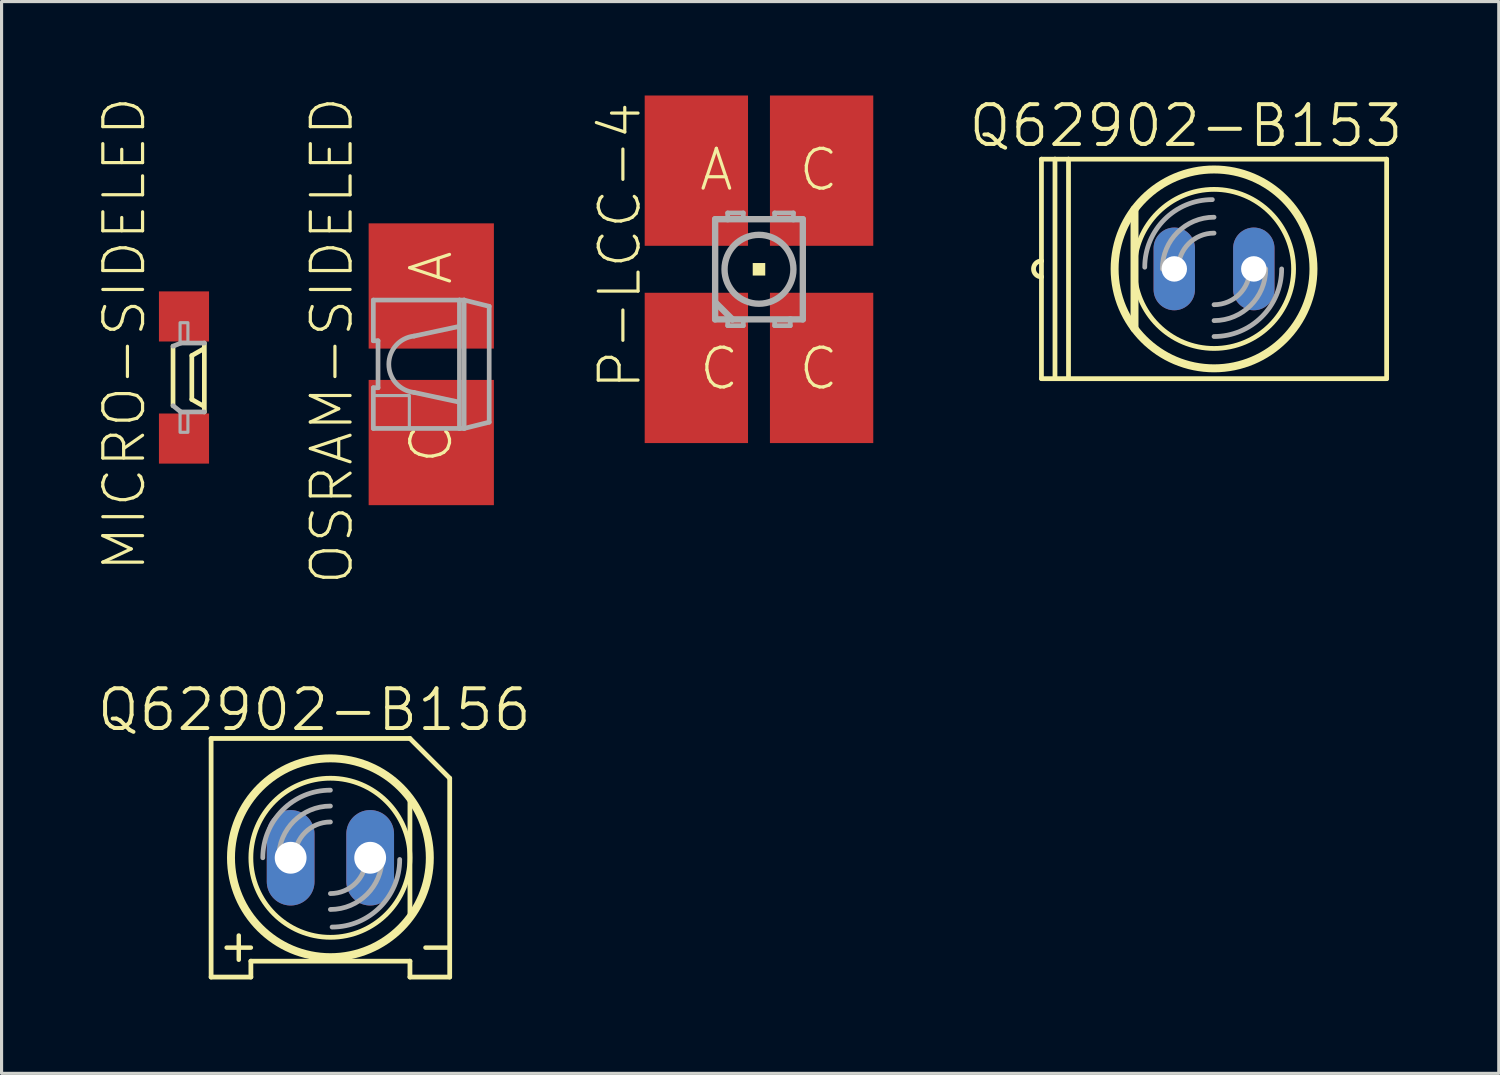
<source format=kicad_pcb>
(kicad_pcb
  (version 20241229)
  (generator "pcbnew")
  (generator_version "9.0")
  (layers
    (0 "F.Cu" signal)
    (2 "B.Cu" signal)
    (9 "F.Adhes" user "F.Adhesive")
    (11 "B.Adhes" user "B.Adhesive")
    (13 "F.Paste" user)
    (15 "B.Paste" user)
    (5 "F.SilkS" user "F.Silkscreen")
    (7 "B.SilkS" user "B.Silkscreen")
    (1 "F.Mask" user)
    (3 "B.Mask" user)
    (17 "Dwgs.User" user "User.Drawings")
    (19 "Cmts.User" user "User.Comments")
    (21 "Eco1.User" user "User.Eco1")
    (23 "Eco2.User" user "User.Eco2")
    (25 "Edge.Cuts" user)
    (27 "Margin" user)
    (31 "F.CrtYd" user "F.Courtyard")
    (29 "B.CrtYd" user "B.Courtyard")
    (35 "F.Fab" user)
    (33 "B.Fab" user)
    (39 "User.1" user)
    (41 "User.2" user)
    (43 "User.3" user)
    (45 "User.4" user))
  (footprint "OSRAM-SIDELED"
    (layer "F.Cu")
    (at 10.723 8.583)
    (property "Reference" "OSRAM-SIDELED" (at -3.175 -0.756 90) (layer "F.SilkS") (effects (font (size 1.27 1.27) (thickness 0.102))))
    (attr through_hole)
    (fp_poly (pts (xy -2.1 -2.2) (xy 2.1 -2.2) (xy 2.1 -0.4) (xy -2.1 -0.4)) (stroke (width 0) (type solid)) (fill yes) (layer "F.Mask"))
    (fp_poly (pts (xy -2.1 0.4) (xy 2.1 0.4) (xy 2.1 2.2) (xy -2.1 2.2)) (stroke (width 0) (type solid)) (fill yes) (layer "F.Mask"))
    (fp_poly (pts (xy -1.9 -2.1) (xy 1.9 -2.1) (xy 1.9 -0.6) (xy -1.9 -0.6)) (stroke (width 0) (type solid)) (fill yes) (layer "F.Paste"))
    (fp_poly (pts (xy -1.9 0.6) (xy 1.9 0.6) (xy 1.9 2.1) (xy -1.9 2.1)) (stroke (width 0) (type solid)) (fill yes) (layer "F.Paste"))
    (fp_line (start -1.85 -2.05) (end 0.9 -2.05) (stroke (width 0.15) (type solid)) (layer "F.Fab"))
    (fp_line (start -1.85 -0.75) (end -1.85 -2.05) (stroke (width 0.15) (type solid)) (layer "F.Fab"))
    (fp_line (start -1.85 0.75) (end -1.7 0.75) (stroke (width 0.15) (type solid)) (layer "F.Fab"))
    (fp_line (start -1.85 2.05) (end -1.85 0.75) (stroke (width 0.15) (type solid)) (layer "F.Fab"))
    (fp_line (start -1.7 -0.75) (end -1.85 -0.75) (stroke (width 0.15) (type solid)) (layer "F.Fab"))
    (fp_line (start -1.7 0.75) (end -1.7 -0.75) (stroke (width 0.15) (type solid)) (layer "F.Fab"))
    (fp_line (start -0.55 -0.9) (end 0.85 -1.2) (stroke (width 0.15) (type solid)) (layer "F.Fab"))
    (fp_line (start -0.55 0.9) (end 0.85 1.2) (stroke (width 0.15) (type solid)) (layer "F.Fab"))
    (fp_line (start 0.9 -2.05) (end 0.9 2.05) (stroke (width 0.15) (type solid)) (layer "F.Fab"))
    (fp_line (start 0.9 2.05) (end -1.85 2.05) (stroke (width 0.15) (type solid)) (layer "F.Fab"))
    (fp_line (start 0.9 2.05) (end 1.05 2.05) (stroke (width 0.15) (type solid)) (layer "F.Fab"))
    (fp_line (start 1.05 -2.05) (end 0.9 -2.05) (stroke (width 0.15) (type solid)) (layer "F.Fab"))
    (fp_line (start 1.05 -2.05) (end 1.05 2.05) (stroke (width 0.15) (type solid)) (layer "F.Fab"))
    (fp_line (start 1.05 2.05) (end 1.85 1.85) (stroke (width 0.15) (type solid)) (layer "F.Fab"))
    (fp_line (start 1.85 -1.85) (end 1.05 -2.05) (stroke (width 0.15) (type solid)) (layer "F.Fab"))
    (fp_line (start 1.85 1.85) (end 1.85 -1.85) (stroke (width 0.15) (type solid)) (layer "F.Fab"))
    (fp_arc (start -0.55 0.9) (mid -1.355539 0) (end -0.55 -0.9) (stroke (width 0.15) (type solid)) (layer "F.Fab"))
    (fp_poly (pts (xy -1.85 1) (xy -0.7 1) (xy -0.7 2.05) (xy -1.85 2.05)) (stroke (width 0.1) (type solid)) (fill no) (layer "F.Fab"))
    (fp_text user "A" (at 0 -3.084 90) (layer "F.SilkS") (effects (font (size 1.27 1.27) (thickness 0.102))))
    (fp_text user "C" (at 0 2.54 90) (layer "F.SilkS") (effects (font (size 1.27 1.27) (thickness 0.102))))
    (pad "A" smd rect (at 0 -2.5) (size 4 4) (layers "F.Cu"))
    (pad "C" smd rect (at 0 2.5) (size 4 4) (layers "F.Cu")))
  (footprint "MICRO-SIDELED"
    (layer "F.Cu")
    (at 2.826 9.006)
    (property "Reference" "MICRO-SIDELED" (at -1.905 -1.391 90) (layer "F.SilkS") (effects (font (size 1.27 1.27) (thickness 0.102))))
    (attr through_hole)
    (fp_poly (pts (xy -0.4 -1.8) (xy 0.4 -1.8) (xy 0.4 -1.1) (xy -0.4 -1.1)) (stroke (width 0) (type solid)) (fill yes) (layer "F.Mask"))
    (fp_poly (pts (xy -0.4 1.1) (xy 0.4 1.1) (xy 0.4 1.8) (xy -0.4 1.8)) (stroke (width 0) (type solid)) (fill yes) (layer "F.Mask"))
    (fp_line (start -0.35 -1) (end -0.35 0.9) (stroke (width 0.15) (type solid)) (layer "F.SilkS"))
    (fp_line (start 0.25 -0.7) (end 0.25 0.7) (stroke (width 0.15) (type solid)) (layer "F.SilkS"))
    (fp_line (start 0.25 0.7) (end 0.6 0.9) (stroke (width 0.15) (type solid)) (layer "F.SilkS"))
    (fp_line (start 0.6 -0.9) (end 0.25 -0.7) (stroke (width 0.15) (type solid)) (layer "F.SilkS"))
    (fp_line (start 0.65 1.1) (end 0.65 -1.1) (stroke (width 0.15) (type solid)) (layer "F.SilkS"))
    (fp_poly (pts (xy -0.35 -1.75) (xy 0.35 -1.75) (xy 0.35 -1.15) (xy -0.35 -1.15)) (stroke (width 0) (type solid)) (fill yes) (layer "F.Paste"))
    (fp_poly (pts (xy -0.35 1.15) (xy 0.35 1.15) (xy 0.35 1.75) (xy -0.35 1.75)) (stroke (width 0) (type solid)) (fill yes) (layer "F.Paste"))
    (fp_line (start -0.35 0.9) (end -0.1 1.1) (stroke (width 0.15) (type solid)) (layer "F.Fab"))
    (fp_line (start -0.1 -1.1) (end -0.35 -1) (stroke (width 0.15) (type solid)) (layer "F.Fab"))
    (fp_line (start -0.1 1.1) (end 0.65 1.1) (stroke (width 0.15) (type solid)) (layer "F.Fab"))
    (fp_line (start 0.65 -1.1) (end -0.1 -1.1) (stroke (width 0.15) (type solid)) (layer "F.Fab"))
    (fp_poly (pts (xy -0.125 -1.75) (xy 0.125 -1.75) (xy 0.125 -1.125) (xy -0.125 -1.125)) (stroke (width 0.1) (type solid)) (fill no) (layer "F.Fab"))
    (fp_poly (pts (xy -0.125 1.125) (xy 0.125 1.125) (xy 0.125 1.75) (xy -0.125 1.75)) (stroke (width 0.1) (type solid)) (fill no) (layer "F.Fab"))
    (pad "A" smd rect (at 0 -1.95) (size 1.6 1.6) (layers "F.Cu"))
    (pad "C" smd rect (at 0 1.95) (size 1.6 1.6) (layers "F.Cu")))
  (footprint "P-LCC-4"
    (layer "F.Cu")
    (at 21.189 5.55)
    (property "Reference" "P-LCC-4" (at -4.445 -0.756 90) (layer "F.SilkS") (effects (font (size 1.27 1.27) (thickness 0.102))))
    (attr through_hole)
    (fp_poly (pts (xy -1.15 -1.85) (xy -0.35 -1.85) (xy -0.35 -0.75) (xy -1.15 -0.75)) (stroke (width 0) (type solid)) (fill yes) (layer "F.Mask"))
    (fp_poly (pts (xy -1.15 0.75) (xy -0.35 0.75) (xy -0.35 1.85) (xy -1.15 1.85)) (stroke (width 0) (type solid)) (fill yes) (layer "F.Mask"))
    (fp_poly (pts (xy 0.35 -1.85) (xy 1.15 -1.85) (xy 1.15 -0.75) (xy 0.35 -0.75)) (stroke (width 0) (type solid)) (fill yes) (layer "F.Mask"))
    (fp_poly (pts (xy 0.35 0.75) (xy 1.15 0.75) (xy 1.15 1.85) (xy 0.35 1.85)) (stroke (width 0) (type solid)) (fill yes) (layer "F.Mask"))
    (fp_poly (pts (xy -0.2 -0.2) (xy 0.2 -0.2) (xy 0.2 0.2) (xy -0.2 0.2)) (stroke (width 0) (type solid)) (fill yes) (layer "F.SilkS"))
    (fp_poly (pts (xy -1.1 -1.8) (xy -0.4 -1.8) (xy -0.4 -0.8) (xy -1.1 -0.8)) (stroke (width 0) (type solid)) (fill yes) (layer "F.Paste"))
    (fp_poly (pts (xy -1.1 0.8) (xy -0.4 0.8) (xy -0.4 1.8) (xy -1.1 1.8)) (stroke (width 0) (type solid)) (fill yes) (layer "F.Paste"))
    (fp_poly (pts (xy 0.4 -1.8) (xy 1.1 -1.8) (xy 1.1 -0.8) (xy 0.4 -0.8)) (stroke (width 0) (type solid)) (fill yes) (layer "F.Paste"))
    (fp_poly (pts (xy 0.4 0.8) (xy 1.1 0.8) (xy 1.1 1.8) (xy 0.4 1.8)) (stroke (width 0) (type solid)) (fill yes) (layer "F.Paste"))
    (fp_line (start -1.4 -1.6) (end -1.4 1.05) (stroke (width 0.203) (type solid)) (layer "F.Fab"))
    (fp_line (start -1.4 1.05) (end -1.4 1.6) (stroke (width 0.203) (type solid)) (layer "F.Fab"))
    (fp_line (start -1.4 1.6) (end -1 1.6) (stroke (width 0.203) (type solid)) (layer "F.Fab"))
    (fp_line (start -1 -1.8) (end -0.5 -1.8) (stroke (width 0.15) (type solid)) (layer "F.Fab"))
    (fp_line (start -1 -1.6) (end -1.4 -1.6) (stroke (width 0.203) (type solid)) (layer "F.Fab"))
    (fp_line (start -1 -1.6) (end -1 -1.8) (stroke (width 0.15) (type solid)) (layer "F.Fab"))
    (fp_line (start -1 1.6) (end -1 1.8) (stroke (width 0.15) (type solid)) (layer "F.Fab"))
    (fp_line (start -1 1.6) (end -0.85 1.6) (stroke (width 0.203) (type solid)) (layer "F.Fab"))
    (fp_line (start -1 1.8) (end -0.5 1.8) (stroke (width 0.15) (type solid)) (layer "F.Fab"))
    (fp_line (start -0.85 1.6) (end -1.4 1.05) (stroke (width 0.203) (type solid)) (layer "F.Fab"))
    (fp_line (start -0.85 1.6) (end 1 1.6) (stroke (width 0.203) (type solid)) (layer "F.Fab"))
    (fp_line (start -0.5 -1.8) (end -0.5 -1.65) (stroke (width 0.15) (type solid)) (layer "F.Fab"))
    (fp_line (start -0.5 1.8) (end -0.5 1.65) (stroke (width 0.15) (type solid)) (layer "F.Fab"))
    (fp_line (start 0.5 -1.8) (end 1.1 -1.8) (stroke (width 0.15) (type solid)) (layer "F.Fab"))
    (fp_line (start 0.5 -1.65) (end 0.5 -1.8) (stroke (width 0.15) (type solid)) (layer "F.Fab"))
    (fp_line (start 0.5 1.65) (end 0.5 1.8) (stroke (width 0.15) (type solid)) (layer "F.Fab"))
    (fp_line (start 0.5 1.8) (end 1 1.8) (stroke (width 0.15) (type solid)) (layer "F.Fab"))
    (fp_line (start 1 1.6) (end 1.4 1.6) (stroke (width 0.203) (type solid)) (layer "F.Fab"))
    (fp_line (start 1 1.8) (end 1 1.6) (stroke (width 0.15) (type solid)) (layer "F.Fab"))
    (fp_line (start 1.1 -1.8) (end 1.1 -1.6) (stroke (width 0.15) (type solid)) (layer "F.Fab"))
    (fp_line (start 1.1 -1.6) (end -1 -1.6) (stroke (width 0.203) (type solid)) (layer "F.Fab"))
    (fp_line (start 1.4 -1.6) (end 1.1 -1.6) (stroke (width 0.203) (type solid)) (layer "F.Fab"))
    (fp_line (start 1.4 1.6) (end 1.4 -1.6) (stroke (width 0.203) (type solid)) (layer "F.Fab"))
    (fp_circle (center 0 0) (end 1.1 0) (stroke (width 0.203) (type solid)) (fill no) (layer "F.Fab"))
    (fp_text user "C" (at 1.905 3.175 0) (layer "F.SilkS") (effects (font (size 1.27 1.27) (thickness 0.102))))
    (fp_text user "C" (at -1.27 3.175 0) (layer "F.SilkS") (effects (font (size 1.27 1.27) (thickness 0.102))))
    (fp_text user "C" (at 1.905 -3.175 0) (layer "F.SilkS") (effects (font (size 1.27 1.27) (thickness 0.102))))
    (fp_text user "A" (at -1.361 -3.175 0) (layer "F.SilkS") (effects (font (size 1.27 1.27) (thickness 0.102))))
    (pad "A" smd rect (at -2 -3.15) (size 3.3 4.8) (layers "F.Cu"))
    (pad "C@1" smd rect (at -2 3.15) (size 3.3 4.8) (layers "F.Cu"))
    (pad "C@3" smd rect (at 2 -3.15) (size 3.3 4.8) (layers "F.Cu"))
    (pad "C@4" smd rect (at 2 3.15) (size 3.3 4.8) (layers "F.Cu")))
  (footprint "Q62902-B153"
    (layer "F.Cu")
    (at 35.722 5.538)
    (property "Reference" "Q62902-B153" (at -0.895 -4.572 0) (layer "F.SilkS") (effects (font (size 1.27 1.27) (thickness 0.127))))
    (attr through_hole)
    (fp_line (start -5.512 -0.254) (end -5.512 -3.505) (stroke (width 0.152) (type solid)) (layer "F.SilkS"))
    (fp_line (start -5.512 0.254) (end -5.512 -0.254) (stroke (width 0.152) (type solid)) (layer "F.SilkS"))
    (fp_line (start -5.512 3.505) (end -5.512 0.254) (stroke (width 0.152) (type solid)) (layer "F.SilkS"))
    (fp_line (start -5.08 -3.505) (end -5.512 -3.505) (stroke (width 0.152) (type solid)) (layer "F.SilkS"))
    (fp_line (start -5.08 -3.505) (end -4.648 -3.505) (stroke (width 0.152) (type solid)) (layer "F.SilkS"))
    (fp_line (start -5.08 3.505) (end -5.512 3.505) (stroke (width 0.152) (type solid)) (layer "F.SilkS"))
    (fp_line (start -5.08 3.505) (end -5.08 -3.505) (stroke (width 0.152) (type solid)) (layer "F.SilkS"))
    (fp_line (start -4.648 -3.505) (end -4.648 3.505) (stroke (width 0.152) (type solid)) (layer "F.SilkS"))
    (fp_line (start -4.648 -3.505) (end 5.512 -3.505) (stroke (width 0.152) (type solid)) (layer "F.SilkS"))
    (fp_line (start -4.648 3.505) (end -5.08 3.505) (stroke (width 0.152) (type solid)) (layer "F.SilkS"))
    (fp_line (start -2.54 -1.905) (end -2.54 1.905) (stroke (width 0.254) (type solid)) (layer "F.SilkS"))
    (fp_line (start 5.512 -3.505) (end 5.512 3.505) (stroke (width 0.152) (type solid)) (layer "F.SilkS"))
    (fp_line (start 5.512 3.505) (end -4.648 3.505) (stroke (width 0.152) (type solid)) (layer "F.SilkS"))
    (fp_arc (start -5.5118 0.254) (mid -5.7658 0) (end -5.5118 -0.254) (stroke (width 0.1524) (type solid)) (layer "F.SilkS"))
    (fp_circle (center 0 0) (end 2.54 0) (stroke (width 0.152) (type solid)) (fill no) (layer "F.SilkS"))
    (fp_circle (center 0 0) (end 3.175 0) (stroke (width 0.254) (type solid)) (fill no) (layer "F.SilkS"))
    (fp_arc (start -2.2129 -0.0539) (mid -1.580602 -1.580602) (end -0.0539 -2.2129) (stroke (width 0.1524) (type solid)) (layer "F.Fab"))
    (fp_arc (start -1.651 0) (mid -1.167433 -1.167433) (end 0 -1.651) (stroke (width 0.1524) (type solid)) (layer "F.Fab"))
    (fp_arc (start -1.143 0) (mid -0.808223 -0.808223) (end 0 -1.143) (stroke (width 0.1524) (type solid)) (layer "F.Fab"))
    (fp_arc (start 1.143 0) (mid 0.808223 0.808223) (end 0 1.143) (stroke (width 0.1524) (type solid)) (layer "F.Fab"))
    (fp_arc (start 1.651 0) (mid 1.167433 1.167433) (end 0 1.651) (stroke (width 0.1524) (type solid)) (layer "F.Fab"))
    (fp_arc (start 2.159 0) (mid 1.526644 1.526644) (end 0 2.159) (stroke (width 0.1524) (type solid)) (layer "F.Fab"))
    (pad "A" thru_hole oval (at 1.27 0) (size 1.321 2.642) (drill 0.813) (layers "*.Cu" "*.Mask"))
    (pad "K" thru_hole oval (at -1.27 0) (size 1.321 2.642) (drill 0.813) (layers "*.Cu" "*.Mask")))
  (footprint "Q62902-B156"
    (layer "F.Cu")
    (at 7.502 24.344)
    (property "Reference" "Q62902-B156" (at -0.514 -4.724 0) (layer "F.SilkS") (effects (font (size 1.27 1.27) (thickness 0.127))))
    (attr through_hole)
    (fp_line (start -3.81 3.81) (end -3.81 -3.81) (stroke (width 0.152) (type solid)) (layer "F.SilkS"))
    (fp_line (start -3.81 3.81) (end -2.54 3.81) (stroke (width 0.152) (type solid)) (layer "F.SilkS"))
    (fp_line (start -2.54 3.302) (end -2.54 3.81) (stroke (width 0.152) (type solid)) (layer "F.SilkS"))
    (fp_line (start 2.54 -3.81) (end -3.81 -3.81) (stroke (width 0.152) (type solid)) (layer "F.SilkS"))
    (fp_line (start 2.54 -3.81) (end 3.81 -2.54) (stroke (width 0.152) (type solid)) (layer "F.SilkS"))
    (fp_line (start 2.54 1.905) (end 2.54 -1.905) (stroke (width 0.152) (type solid)) (layer "F.SilkS"))
    (fp_line (start 2.54 3.302) (end -2.54 3.302) (stroke (width 0.152) (type solid)) (layer "F.SilkS"))
    (fp_line (start 2.54 3.302) (end 2.54 3.81) (stroke (width 0.152) (type solid)) (layer "F.SilkS"))
    (fp_line (start 3.81 -2.54) (end 3.81 3.81) (stroke (width 0.152) (type solid)) (layer "F.SilkS"))
    (fp_line (start 3.81 3.81) (end 2.54 3.81) (stroke (width 0.152) (type solid)) (layer "F.SilkS"))
    (fp_circle (center 0 0) (end 2.54 0) (stroke (width 0.152) (type solid)) (fill no) (layer "F.SilkS"))
    (fp_circle (center 0 0) (end 3.175 0) (stroke (width 0.254) (type solid)) (fill no) (layer "F.SilkS"))
    (fp_arc (start -2.159 0) (mid -1.526644 -1.526644) (end 0 -2.159) (stroke (width 0.1524) (type solid)) (layer "F.Fab"))
    (fp_arc (start -1.651 0) (mid -1.167433 -1.167433) (end 0 -1.651) (stroke (width 0.1524) (type solid)) (layer "F.Fab"))
    (fp_arc (start -1.143 0) (mid -0.808223 -0.808223) (end 0 -1.143) (stroke (width 0.1524) (type solid)) (layer "F.Fab"))
    (fp_arc (start 1.143 0) (mid 0.808223 0.808223) (end 0 1.143) (stroke (width 0.1524) (type solid)) (layer "F.Fab"))
    (fp_arc (start 1.651 0) (mid 1.167433 1.167433) (end 0 1.651) (stroke (width 0.1524) (type solid)) (layer "F.Fab"))
    (fp_arc (start 2.2129 0.0539) (mid 1.580573 1.580573) (end 0.0539 2.2129) (stroke (width 0.1524) (type solid)) (layer "F.Fab"))
    (fp_text user "+" (at -2.927 2.794 0) (layer "F.SilkS") (effects (font (size 1.016 1.016) (thickness 0.142))))
    (fp_text user "-" (at 3.423 2.794 0) (layer "F.SilkS") (effects (font (size 1.016 1.016) (thickness 0.142))))
    (pad "A" thru_hole oval (at -1.27 0) (size 1.524 3.048) (drill 1.016) (layers "*.Cu" "*.Mask"))
    (pad "K" thru_hole oval (at 1.27 0) (size 1.524 3.048) (drill 1.016) (layers "*.Cu" "*.Mask")))
  (gr_rect
    (start -3 -3)
    (end 44.815 31.23)
    (stroke (width 0.1) (type default))
    (fill no)
    (layer "Edge.Cuts")))
</source>
